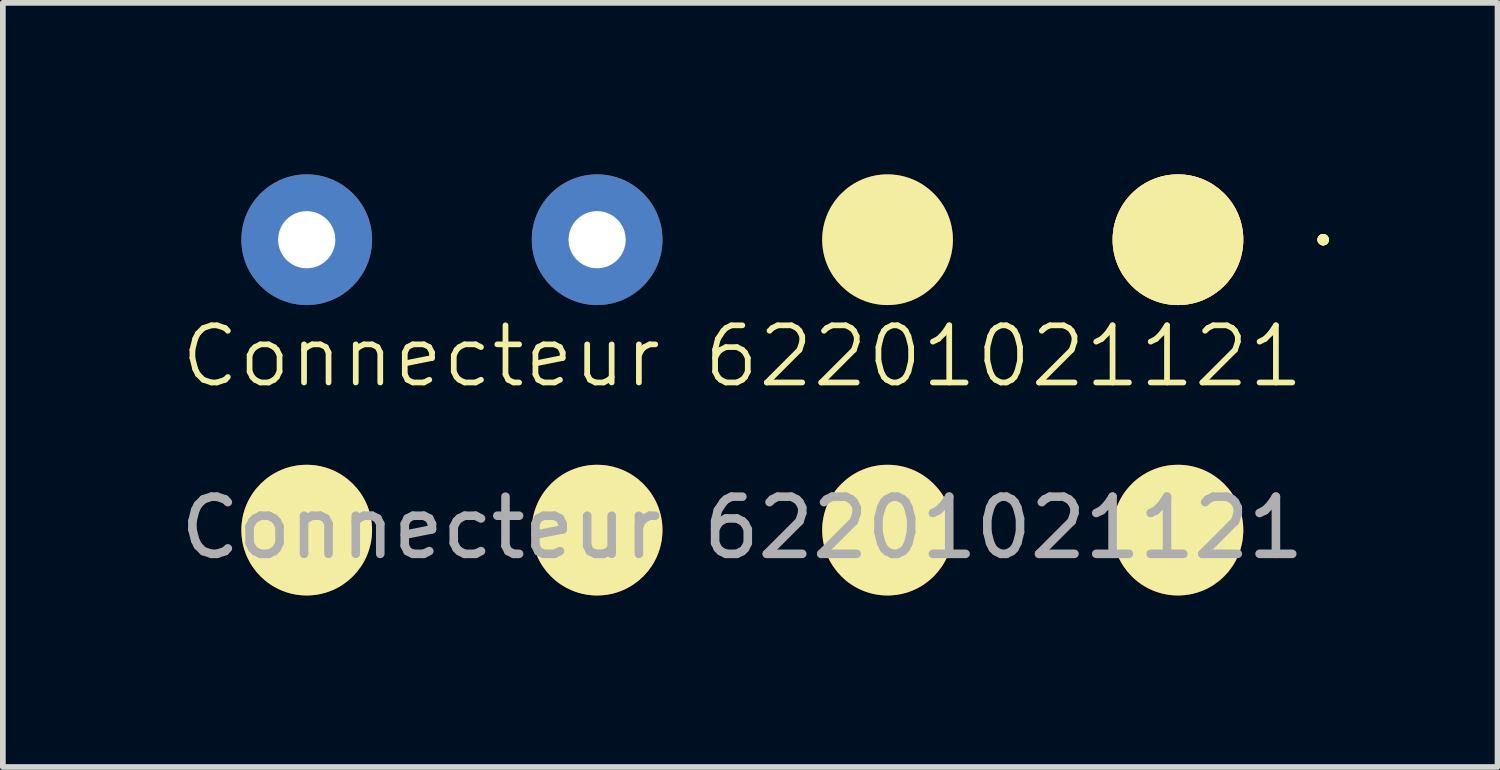
<source format=kicad_pcb>
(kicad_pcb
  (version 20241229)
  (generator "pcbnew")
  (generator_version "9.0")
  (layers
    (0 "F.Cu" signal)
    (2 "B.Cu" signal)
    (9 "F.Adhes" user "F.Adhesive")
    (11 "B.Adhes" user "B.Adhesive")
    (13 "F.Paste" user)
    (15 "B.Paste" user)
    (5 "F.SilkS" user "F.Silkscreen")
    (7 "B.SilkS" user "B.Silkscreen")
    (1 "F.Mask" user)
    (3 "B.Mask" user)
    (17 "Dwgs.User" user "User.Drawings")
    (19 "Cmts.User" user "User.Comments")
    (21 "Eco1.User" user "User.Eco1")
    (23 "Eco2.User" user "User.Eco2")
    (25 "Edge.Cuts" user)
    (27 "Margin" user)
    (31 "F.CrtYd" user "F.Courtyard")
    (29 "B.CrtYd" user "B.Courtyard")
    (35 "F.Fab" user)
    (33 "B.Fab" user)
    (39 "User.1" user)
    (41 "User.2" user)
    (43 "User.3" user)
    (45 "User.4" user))
  (footprint "Connecteur 62201021121"
    (layer "F.Cu")
    (at 9.935 3.683)
    (property "Reference" "Connecteur 62201021121" (at 0 -0.5 0) (unlocked yes) (layer "F.SilkS") (effects (font (size 1 1) (thickness 0.1))))
    (attr smd)
    (fp_circle (center 10.16 -2.54) (end 10.16 -2.54) (stroke (width 0.1) (type default)) (fill no) (layer "F.SilkS"))
    (fp_circle (center 10.16 -2.54) (end 10.16 -2.54) (stroke (width 0.1) (type default)) (fill no) (layer "F.SilkS"))
    (fp_circle (center 10.16 -2.54) (end 10.16 -2.54) (stroke (width 0.1) (type default)) (fill no) (layer "F.SilkS"))
    (fp_circle (center 10.16 -2.54) (end 10.16 -2.54) (stroke (width 0.1) (type default)) (fill no) (layer "F.SilkS"))
    (fp_circle (center 10.16 -2.54) (end 10.16 -2.54) (stroke (width 0.1) (type default)) (fill no) (layer "F.SilkS"))
    (fp_text user "${REFERENCE}" (at 0 2.5 0) (unlocked yes) (layer "F.Fab") (effects (font (size 1 1) (thickness 0.15))))
    (pad "1" thru_hole circle (at -7.62 -2.54) (size 2.286 2.286) (drill 1) (layers "*.Cu" "*.Mask"))
    (pad "2" thru_hole circle (at -2.54 -2.54) (size 2.286 2.286) (drill 1) (layers "*.Cu" "*.Mask"))
    (pad "18" smd circle (at 7.62 -2.54) (size 2.286 2.286) (layers "F.Cu" "F.SilkS"))
    (pad "19" smd circle (at 7.62 -2.54) (size 2.286 2.286) (layers "F.Cu" "F.SilkS"))
    (pad "20" smd circle (at 2.54 -2.54) (size 2.286 2.286) (layers "F.Cu" "F.SilkS"))
    (pad "23" smd circle (at -7.62 2.54) (size 2.286 2.286) (layers "F.Cu" "F.SilkS"))
    (pad "24" smd circle (at -2.54 2.54) (size 2.286 2.286) (layers "F.Cu" "F.SilkS"))
    (pad "25" smd circle (at 2.54 2.54) (size 2.286 2.286) (layers "F.Cu" "F.SilkS"))
    (pad "26" smd circle (at 7.62 2.54) (size 2.286 2.286) (layers "F.Cu" "F.SilkS")))
  (gr_rect
    (start -3 -3)
    (end 23.145 10.366)
    (stroke (width 0.1) (type default))
    (fill no)
    (layer "Edge.Cuts")))
</source>
